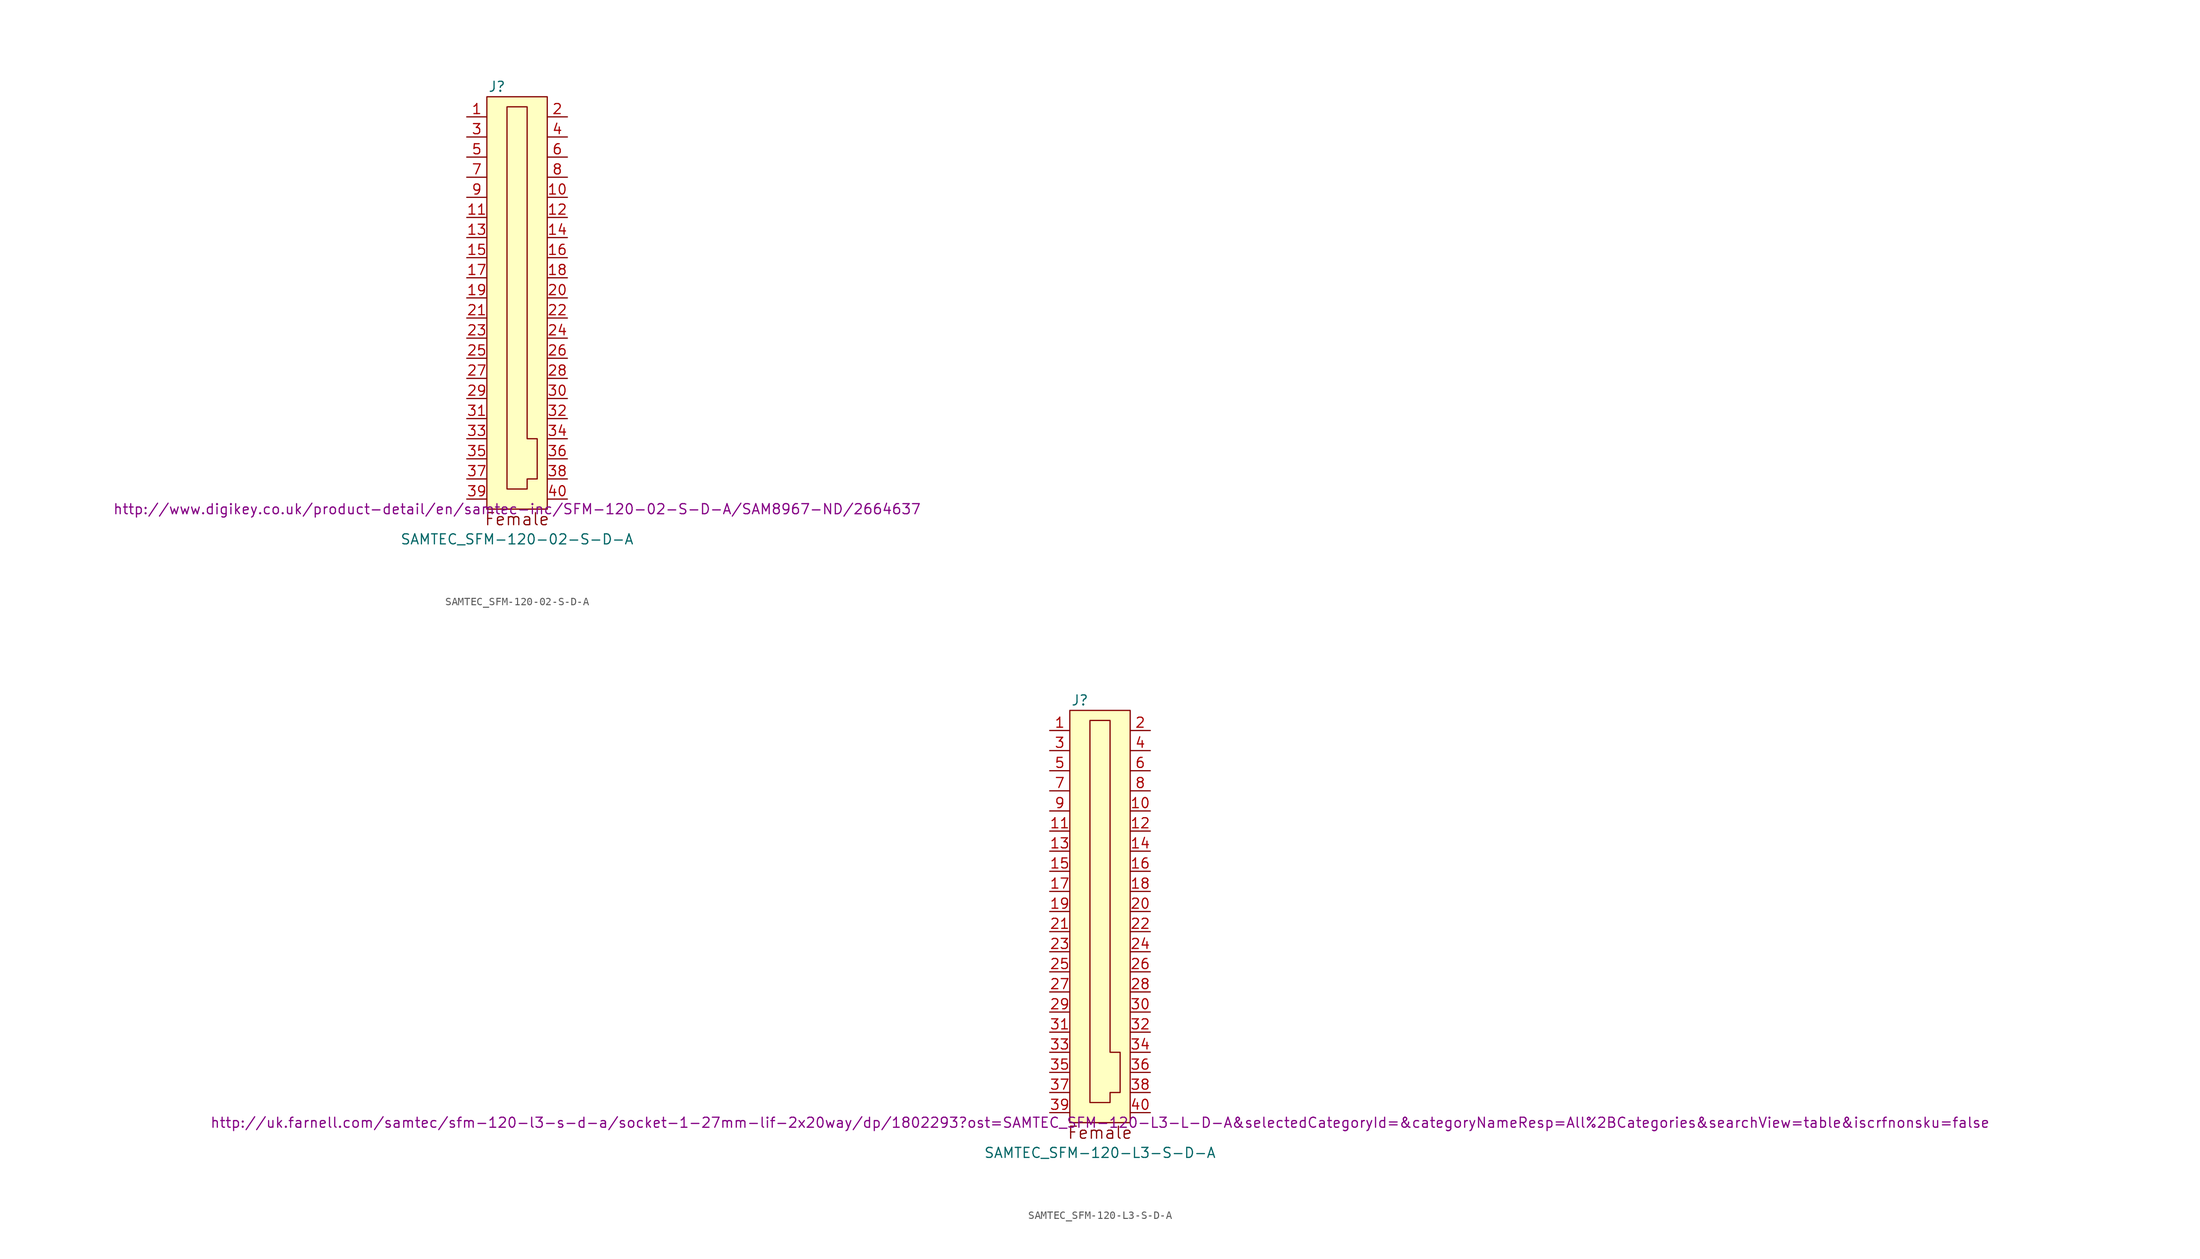
<source format=kicad_sym>
(kicad_symbol_lib
  (version 20220914)
  (generator kicad_symbol_editor)
  (symbol "SAMTEC_SFM-120-02-S-D-A"
    (pin_names
      (offset 0.762))
    (property "Reference" "J"
      (at -2.54 27.94 0)
      (effects (font (size 1.27 1.27))))
    (property "Value" "SAMTEC_SFM-120-02-S-D-A"
      (at 0 -29.21 0)
      (effects (font (size 1.27 1.27))))
    (property "Footprint" ""
      (at 0 -25.4 0)
      (effects (font (size 1.27 1.27))))
    (property "Datasheet" "http://www.digikey.co.uk/product-detail/en/samtec-inc/SFM-120-02-S-D-A/SAM8967-ND/2664637"
      (at 0 -25.4 0)
      (effects (font (size 1.27 1.27))))
    (symbol "SAMTEC_SFM-120-02-S-D-A_0_0"
      (text "Female" (at 0 -26.67 0) (effects (font (size 1.524 1.524)))))
    (symbol "SAMTEC_SFM-120-02-S-D-A_0_1"
      (rectangle (start -3.81 26.67) (end 3.81 -25.4) (stroke (width 0) (type solid)) (fill (type background)))
      (polyline (pts (xy -1.27 -22.86) (xy 1.27 -22.86) (xy 1.27 -21.59) (xy 2.54 -21.59) (xy 2.54 -16.51) (xy 1.27 -16.51) (xy 1.27 25.4) (xy -1.27 25.4) (xy -1.27 -22.86)) (stroke (width 0) (type solid)) (fill (type none))))
    (symbol "SAMTEC_SFM-120-02-S-D-A_1_1"
      (pin passive line (at -6.35 24.13 0) (length 2.54) (name "~" (effects (font (size 1.27 1.27)))) (number "1" (effects (font (size 1.27 1.27)))))
      (pin passive line (at 6.35 13.97 180) (length 2.54) (name "~" (effects (font (size 1.27 1.27)))) (number "10" (effects (font (size 1.27 1.27)))))
      (pin passive line (at -6.35 11.43 0) (length 2.54) (name "~" (effects (font (size 1.27 1.27)))) (number "11" (effects (font (size 1.27 1.27)))))
      (pin passive line (at 6.35 11.43 180) (length 2.54) (name "~" (effects (font (size 1.27 1.27)))) (number "12" (effects (font (size 1.27 1.27)))))
      (pin passive line (at -6.35 8.89 0) (length 2.54) (name "~" (effects (font (size 1.27 1.27)))) (number "13" (effects (font (size 1.27 1.27)))))
      (pin passive line (at 6.35 8.89 180) (length 2.54) (name "~" (effects (font (size 1.27 1.27)))) (number "14" (effects (font (size 1.27 1.27)))))
      (pin passive line (at -6.35 6.35 0) (length 2.54) (name "~" (effects (font (size 1.27 1.27)))) (number "15" (effects (font (size 1.27 1.27)))))
      (pin passive line (at 6.35 6.35 180) (length 2.54) (name "~" (effects (font (size 1.27 1.27)))) (number "16" (effects (font (size 1.27 1.27)))))
      (pin passive line (at -6.35 3.81 0) (length 2.54) (name "~" (effects (font (size 1.27 1.27)))) (number "17" (effects (font (size 1.27 1.27)))))
      (pin passive line (at 6.35 3.81 180) (length 2.54) (name "~" (effects (font (size 1.27 1.27)))) (number "18" (effects (font (size 1.27 1.27)))))
      (pin passive line (at -6.35 1.27 0) (length 2.54) (name "~" (effects (font (size 1.27 1.27)))) (number "19" (effects (font (size 1.27 1.27)))))
      (pin passive line (at 6.35 24.13 180) (length 2.54) (name "~" (effects (font (size 1.27 1.27)))) (number "2" (effects (font (size 1.27 1.27)))))
      (pin passive line (at 6.35 1.27 180) (length 2.54) (name "~" (effects (font (size 1.27 1.27)))) (number "20" (effects (font (size 1.27 1.27)))))
      (pin passive line (at -6.35 -1.27 0) (length 2.54) (name "~" (effects (font (size 1.27 1.27)))) (number "21" (effects (font (size 1.27 1.27)))))
      (pin passive line (at 6.35 -1.27 180) (length 2.54) (name "~" (effects (font (size 1.27 1.27)))) (number "22" (effects (font (size 1.27 1.27)))))
      (pin passive line (at -6.35 -3.81 0) (length 2.54) (name "~" (effects (font (size 1.27 1.27)))) (number "23" (effects (font (size 1.27 1.27)))))
      (pin passive line (at 6.35 -3.81 180) (length 2.54) (name "~" (effects (font (size 1.27 1.27)))) (number "24" (effects (font (size 1.27 1.27)))))
      (pin passive line (at -6.35 -6.35 0) (length 2.54) (name "~" (effects (font (size 1.27 1.27)))) (number "25" (effects (font (size 1.27 1.27)))))
      (pin passive line (at 6.35 -6.35 180) (length 2.54) (name "~" (effects (font (size 1.27 1.27)))) (number "26" (effects (font (size 1.27 1.27)))))
      (pin passive line (at -6.35 -8.89 0) (length 2.54) (name "~" (effects (font (size 1.27 1.27)))) (number "27" (effects (font (size 1.27 1.27)))))
      (pin passive line (at 6.35 -8.89 180) (length 2.54) (name "~" (effects (font (size 1.27 1.27)))) (number "28" (effects (font (size 1.27 1.27)))))
      (pin passive line (at -6.35 -11.43 0) (length 2.54) (name "~" (effects (font (size 1.27 1.27)))) (number "29" (effects (font (size 1.27 1.27)))))
      (pin passive line (at -6.35 21.59 0) (length 2.54) (name "~" (effects (font (size 1.27 1.27)))) (number "3" (effects (font (size 1.27 1.27)))))
      (pin passive line (at 6.35 -11.43 180) (length 2.54) (name "~" (effects (font (size 1.27 1.27)))) (number "30" (effects (font (size 1.27 1.27)))))
      (pin passive line (at -6.35 -13.97 0) (length 2.54) (name "~" (effects (font (size 1.27 1.27)))) (number "31" (effects (font (size 1.27 1.27)))))
      (pin passive line (at 6.35 -13.97 180) (length 2.54) (name "~" (effects (font (size 1.27 1.27)))) (number "32" (effects (font (size 1.27 1.27)))))
      (pin passive line (at -6.35 -16.51 0) (length 2.54) (name "~" (effects (font (size 1.27 1.27)))) (number "33" (effects (font (size 1.27 1.27)))))
      (pin passive line (at 6.35 -16.51 180) (length 2.54) (name "~" (effects (font (size 1.27 1.27)))) (number "34" (effects (font (size 1.27 1.27)))))
      (pin passive line (at -6.35 -19.05 0) (length 2.54) (name "~" (effects (font (size 1.27 1.27)))) (number "35" (effects (font (size 1.27 1.27)))))
      (pin passive line (at 6.35 -19.05 180) (length 2.54) (name "~" (effects (font (size 1.27 1.27)))) (number "36" (effects (font (size 1.27 1.27)))))
      (pin passive line (at -6.35 -21.59 0) (length 2.54) (name "~" (effects (font (size 1.27 1.27)))) (number "37" (effects (font (size 1.27 1.27)))))
      (pin passive line (at 6.35 -21.59 180) (length 2.54) (name "~" (effects (font (size 1.27 1.27)))) (number "38" (effects (font (size 1.27 1.27)))))
      (pin passive line (at -6.35 -24.13 0) (length 2.54) (name "~" (effects (font (size 1.27 1.27)))) (number "39" (effects (font (size 1.27 1.27)))))
      (pin passive line (at 6.35 21.59 180) (length 2.54) (name "~" (effects (font (size 1.27 1.27)))) (number "4" (effects (font (size 1.27 1.27)))))
      (pin passive line (at 6.35 -24.13 180) (length 2.54) (name "~" (effects (font (size 1.27 1.27)))) (number "40" (effects (font (size 1.27 1.27)))))
      (pin passive line (at -6.35 19.05 0) (length 2.54) (name "~" (effects (font (size 1.27 1.27)))) (number "5" (effects (font (size 1.27 1.27)))))
      (pin passive line (at 6.35 19.05 180) (length 2.54) (name "~" (effects (font (size 1.27 1.27)))) (number "6" (effects (font (size 1.27 1.27)))))
      (pin passive line (at -6.35 16.51 0) (length 2.54) (name "~" (effects (font (size 1.27 1.27)))) (number "7" (effects (font (size 1.27 1.27)))))
      (pin passive line (at 6.35 16.51 180) (length 2.54) (name "~" (effects (font (size 1.27 1.27)))) (number "8" (effects (font (size 1.27 1.27)))))
      (pin passive line (at -6.35 13.97 0) (length 2.54) (name "~" (effects (font (size 1.27 1.27)))) (number "9" (effects (font (size 1.27 1.27)))))))
  (symbol "SAMTEC_SFM-120-L3-S-D-A"
    (pin_names
      (offset 0.762))
    (property "Reference" "J"
      (at -2.54 27.94 0)
      (effects (font (size 1.27 1.27))))
    (property "Value" "SAMTEC_SFM-120-L3-S-D-A"
      (at 0 -29.21 0)
      (effects (font (size 1.27 1.27))))
    (property "Footprint" ""
      (at 0 -25.4 0)
      (effects (font (size 1.27 1.27))))
    (property "Datasheet" "http://uk.farnell.com/samtec/sfm-120-l3-s-d-a/socket-1-27mm-lif-2x20way/dp/1802293?ost=SAMTEC_SFM-120-L3-L-D-A&selectedCategoryId=&categoryNameResp=All%2BCategories&searchView=table&iscrfnonsku=false"
      (at 0 -25.4 0)
      (effects (font (size 1.27 1.27))))
    (symbol "SAMTEC_SFM-120-L3-S-D-A_0_0"
      (text "Female" (at 0 -26.67 0) (effects (font (size 1.524 1.524)))))
    (symbol "SAMTEC_SFM-120-L3-S-D-A_0_1"
      (rectangle (start -3.81 26.67) (end 3.81 -25.4) (stroke (width 0) (type solid)) (fill (type background)))
      (polyline (pts (xy -1.27 -22.86) (xy 1.27 -22.86) (xy 1.27 -21.59) (xy 2.54 -21.59) (xy 2.54 -16.51) (xy 1.27 -16.51) (xy 1.27 25.4) (xy -1.27 25.4) (xy -1.27 -22.86)) (stroke (width 0) (type solid)) (fill (type none))))
    (symbol "SAMTEC_SFM-120-L3-S-D-A_1_1"
      (pin passive line (at -6.35 24.13 0) (length 2.54) (name "~" (effects (font (size 1.27 1.27)))) (number "1" (effects (font (size 1.27 1.27)))))
      (pin passive line (at 6.35 13.97 180) (length 2.54) (name "~" (effects (font (size 1.27 1.27)))) (number "10" (effects (font (size 1.27 1.27)))))
      (pin passive line (at -6.35 11.43 0) (length 2.54) (name "~" (effects (font (size 1.27 1.27)))) (number "11" (effects (font (size 1.27 1.27)))))
      (pin passive line (at 6.35 11.43 180) (length 2.54) (name "~" (effects (font (size 1.27 1.27)))) (number "12" (effects (font (size 1.27 1.27)))))
      (pin passive line (at -6.35 8.89 0) (length 2.54) (name "~" (effects (font (size 1.27 1.27)))) (number "13" (effects (font (size 1.27 1.27)))))
      (pin passive line (at 6.35 8.89 180) (length 2.54) (name "~" (effects (font (size 1.27 1.27)))) (number "14" (effects (font (size 1.27 1.27)))))
      (pin passive line (at -6.35 6.35 0) (length 2.54) (name "~" (effects (font (size 1.27 1.27)))) (number "15" (effects (font (size 1.27 1.27)))))
      (pin passive line (at 6.35 6.35 180) (length 2.54) (name "~" (effects (font (size 1.27 1.27)))) (number "16" (effects (font (size 1.27 1.27)))))
      (pin passive line (at -6.35 3.81 0) (length 2.54) (name "~" (effects (font (size 1.27 1.27)))) (number "17" (effects (font (size 1.27 1.27)))))
      (pin passive line (at 6.35 3.81 180) (length 2.54) (name "~" (effects (font (size 1.27 1.27)))) (number "18" (effects (font (size 1.27 1.27)))))
      (pin passive line (at -6.35 1.27 0) (length 2.54) (name "~" (effects (font (size 1.27 1.27)))) (number "19" (effects (font (size 1.27 1.27)))))
      (pin passive line (at 6.35 24.13 180) (length 2.54) (name "~" (effects (font (size 1.27 1.27)))) (number "2" (effects (font (size 1.27 1.27)))))
      (pin passive line (at 6.35 1.27 180) (length 2.54) (name "~" (effects (font (size 1.27 1.27)))) (number "20" (effects (font (size 1.27 1.27)))))
      (pin passive line (at -6.35 -1.27 0) (length 2.54) (name "~" (effects (font (size 1.27 1.27)))) (number "21" (effects (font (size 1.27 1.27)))))
      (pin passive line (at 6.35 -1.27 180) (length 2.54) (name "~" (effects (font (size 1.27 1.27)))) (number "22" (effects (font (size 1.27 1.27)))))
      (pin passive line (at -6.35 -3.81 0) (length 2.54) (name "~" (effects (font (size 1.27 1.27)))) (number "23" (effects (font (size 1.27 1.27)))))
      (pin passive line (at 6.35 -3.81 180) (length 2.54) (name "~" (effects (font (size 1.27 1.27)))) (number "24" (effects (font (size 1.27 1.27)))))
      (pin passive line (at -6.35 -6.35 0) (length 2.54) (name "~" (effects (font (size 1.27 1.27)))) (number "25" (effects (font (size 1.27 1.27)))))
      (pin passive line (at 6.35 -6.35 180) (length 2.54) (name "~" (effects (font (size 1.27 1.27)))) (number "26" (effects (font (size 1.27 1.27)))))
      (pin passive line (at -6.35 -8.89 0) (length 2.54) (name "~" (effects (font (size 1.27 1.27)))) (number "27" (effects (font (size 1.27 1.27)))))
      (pin passive line (at 6.35 -8.89 180) (length 2.54) (name "~" (effects (font (size 1.27 1.27)))) (number "28" (effects (font (size 1.27 1.27)))))
      (pin passive line (at -6.35 -11.43 0) (length 2.54) (name "~" (effects (font (size 1.27 1.27)))) (number "29" (effects (font (size 1.27 1.27)))))
      (pin passive line (at -6.35 21.59 0) (length 2.54) (name "~" (effects (font (size 1.27 1.27)))) (number "3" (effects (font (size 1.27 1.27)))))
      (pin passive line (at 6.35 -11.43 180) (length 2.54) (name "~" (effects (font (size 1.27 1.27)))) (number "30" (effects (font (size 1.27 1.27)))))
      (pin passive line (at -6.35 -13.97 0) (length 2.54) (name "~" (effects (font (size 1.27 1.27)))) (number "31" (effects (font (size 1.27 1.27)))))
      (pin passive line (at 6.35 -13.97 180) (length 2.54) (name "~" (effects (font (size 1.27 1.27)))) (number "32" (effects (font (size 1.27 1.27)))))
      (pin passive line (at -6.35 -16.51 0) (length 2.54) (name "~" (effects (font (size 1.27 1.27)))) (number "33" (effects (font (size 1.27 1.27)))))
      (pin passive line (at 6.35 -16.51 180) (length 2.54) (name "~" (effects (font (size 1.27 1.27)))) (number "34" (effects (font (size 1.27 1.27)))))
      (pin passive line (at -6.35 -19.05 0) (length 2.54) (name "~" (effects (font (size 1.27 1.27)))) (number "35" (effects (font (size 1.27 1.27)))))
      (pin passive line (at 6.35 -19.05 180) (length 2.54) (name "~" (effects (font (size 1.27 1.27)))) (number "36" (effects (font (size 1.27 1.27)))))
      (pin passive line (at -6.35 -21.59 0) (length 2.54) (name "~" (effects (font (size 1.27 1.27)))) (number "37" (effects (font (size 1.27 1.27)))))
      (pin passive line (at 6.35 -21.59 180) (length 2.54) (name "~" (effects (font (size 1.27 1.27)))) (number "38" (effects (font (size 1.27 1.27)))))
      (pin passive line (at -6.35 -24.13 0) (length 2.54) (name "~" (effects (font (size 1.27 1.27)))) (number "39" (effects (font (size 1.27 1.27)))))
      (pin passive line (at 6.35 21.59 180) (length 2.54) (name "~" (effects (font (size 1.27 1.27)))) (number "4" (effects (font (size 1.27 1.27)))))
      (pin passive line (at 6.35 -24.13 180) (length 2.54) (name "~" (effects (font (size 1.27 1.27)))) (number "40" (effects (font (size 1.27 1.27)))))
      (pin passive line (at -6.35 19.05 0) (length 2.54) (name "~" (effects (font (size 1.27 1.27)))) (number "5" (effects (font (size 1.27 1.27)))))
      (pin passive line (at 6.35 19.05 180) (length 2.54) (name "~" (effects (font (size 1.27 1.27)))) (number "6" (effects (font (size 1.27 1.27)))))
      (pin passive line (at -6.35 16.51 0) (length 2.54) (name "~" (effects (font (size 1.27 1.27)))) (number "7" (effects (font (size 1.27 1.27)))))
      (pin passive line (at 6.35 16.51 180) (length 2.54) (name "~" (effects (font (size 1.27 1.27)))) (number "8" (effects (font (size 1.27 1.27)))))
      (pin passive line (at -6.35 13.97 0) (length 2.54) (name "~" (effects (font (size 1.27 1.27)))) (number "9" (effects (font (size 1.27 1.27))))))))
</source>
